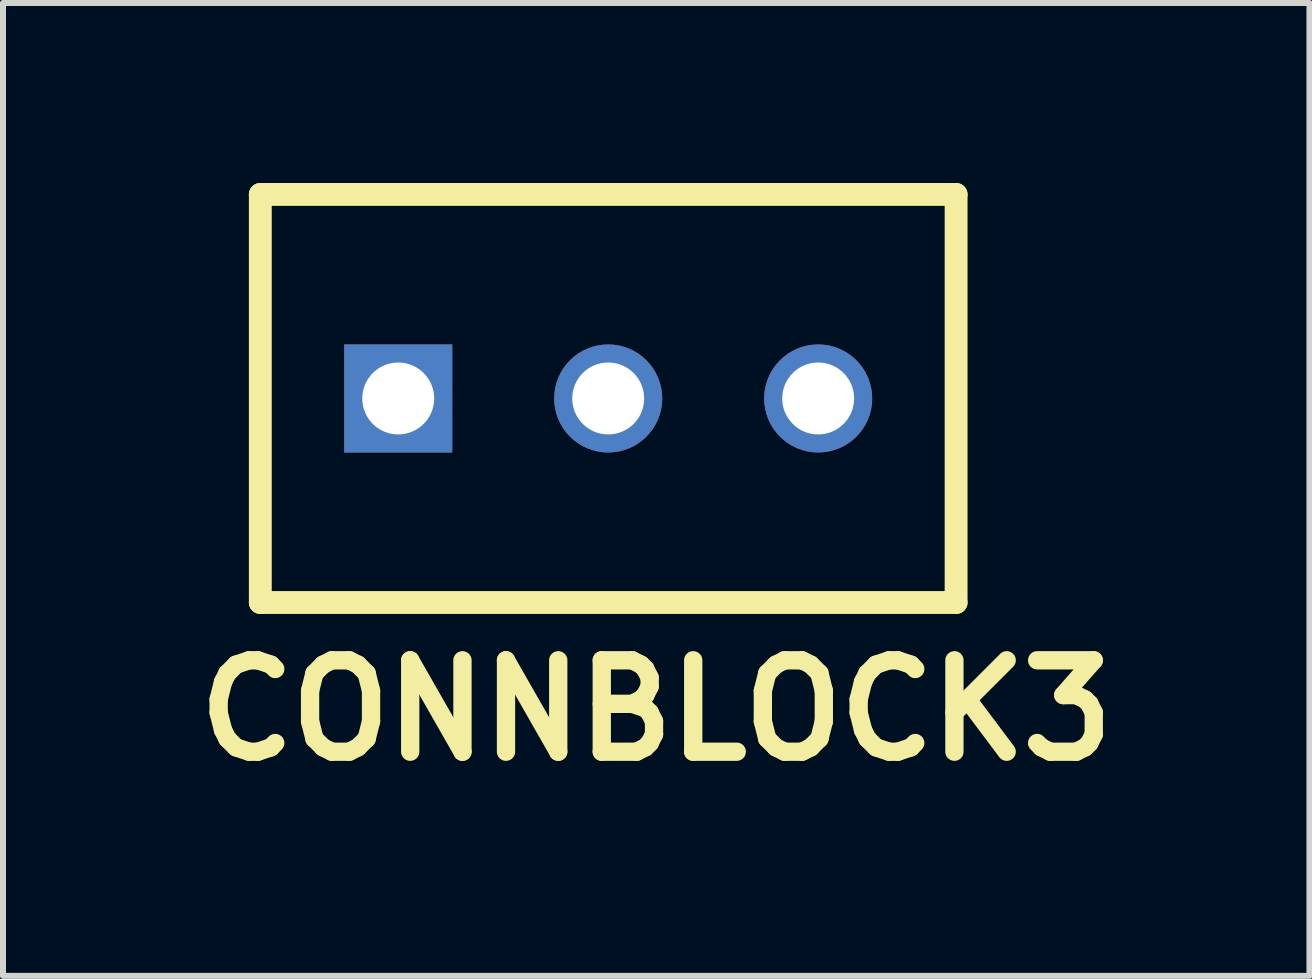
<source format=kicad_pcb>
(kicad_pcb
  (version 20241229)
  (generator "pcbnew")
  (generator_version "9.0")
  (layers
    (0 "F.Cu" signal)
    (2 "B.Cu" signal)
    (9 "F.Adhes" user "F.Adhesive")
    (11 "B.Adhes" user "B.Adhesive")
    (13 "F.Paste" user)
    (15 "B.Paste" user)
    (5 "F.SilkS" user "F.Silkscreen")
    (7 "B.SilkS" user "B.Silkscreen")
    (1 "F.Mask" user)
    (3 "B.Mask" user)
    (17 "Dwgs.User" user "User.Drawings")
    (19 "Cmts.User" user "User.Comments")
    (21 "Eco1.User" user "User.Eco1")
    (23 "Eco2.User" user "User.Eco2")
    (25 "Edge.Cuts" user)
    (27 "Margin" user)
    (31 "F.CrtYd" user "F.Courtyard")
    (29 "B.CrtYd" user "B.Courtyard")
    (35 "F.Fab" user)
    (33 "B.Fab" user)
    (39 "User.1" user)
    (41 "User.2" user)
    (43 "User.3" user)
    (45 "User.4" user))
  (footprint "CONNBLOCK3"
    (layer "F.Cu")
    (at 7.088 3.592)
    (property "Reference" "CONNBLOCK3" (at 0.8 5.199 0) (layer "F.SilkS") (effects (font (size 1.524 1.524) (thickness 0.305))))
    (attr through_hole)
    (fp_line (start -5.799 -3.401) (end -5.799 3.401) (stroke (width 0.381) (type solid)) (layer "F.SilkS"))
    (fp_line (start -5.799 3.401) (end 5.799 3.401) (stroke (width 0.381) (type solid)) (layer "F.SilkS"))
    (fp_line (start 5.799 -3.401) (end -5.799 -3.401) (stroke (width 0.381) (type solid)) (layer "F.SilkS"))
    (fp_line (start 5.799 3.401) (end 5.799 -3.401) (stroke (width 0.381) (type solid)) (layer "F.SilkS"))
    (pad "1" thru_hole rect (at -3.5 0) (size 1.801 1.801) (drill 1.199) (layers "*.Cu" "*.Mask"))
    (pad "2" thru_hole circle (at 0 0) (size 1.801 1.801) (drill 1.199) (layers "*.Cu" "*.Mask"))
    (pad "3" thru_hole circle (at 3.5 0) (size 1.801 1.801) (drill 1.199) (layers "*.Cu" "*.Mask")))
  (gr_rect
    (start -3 -3)
    (end 18.777 13.217)
    (stroke (width 0.1) (type default))
    (fill no)
    (layer "Edge.Cuts")))
</source>
